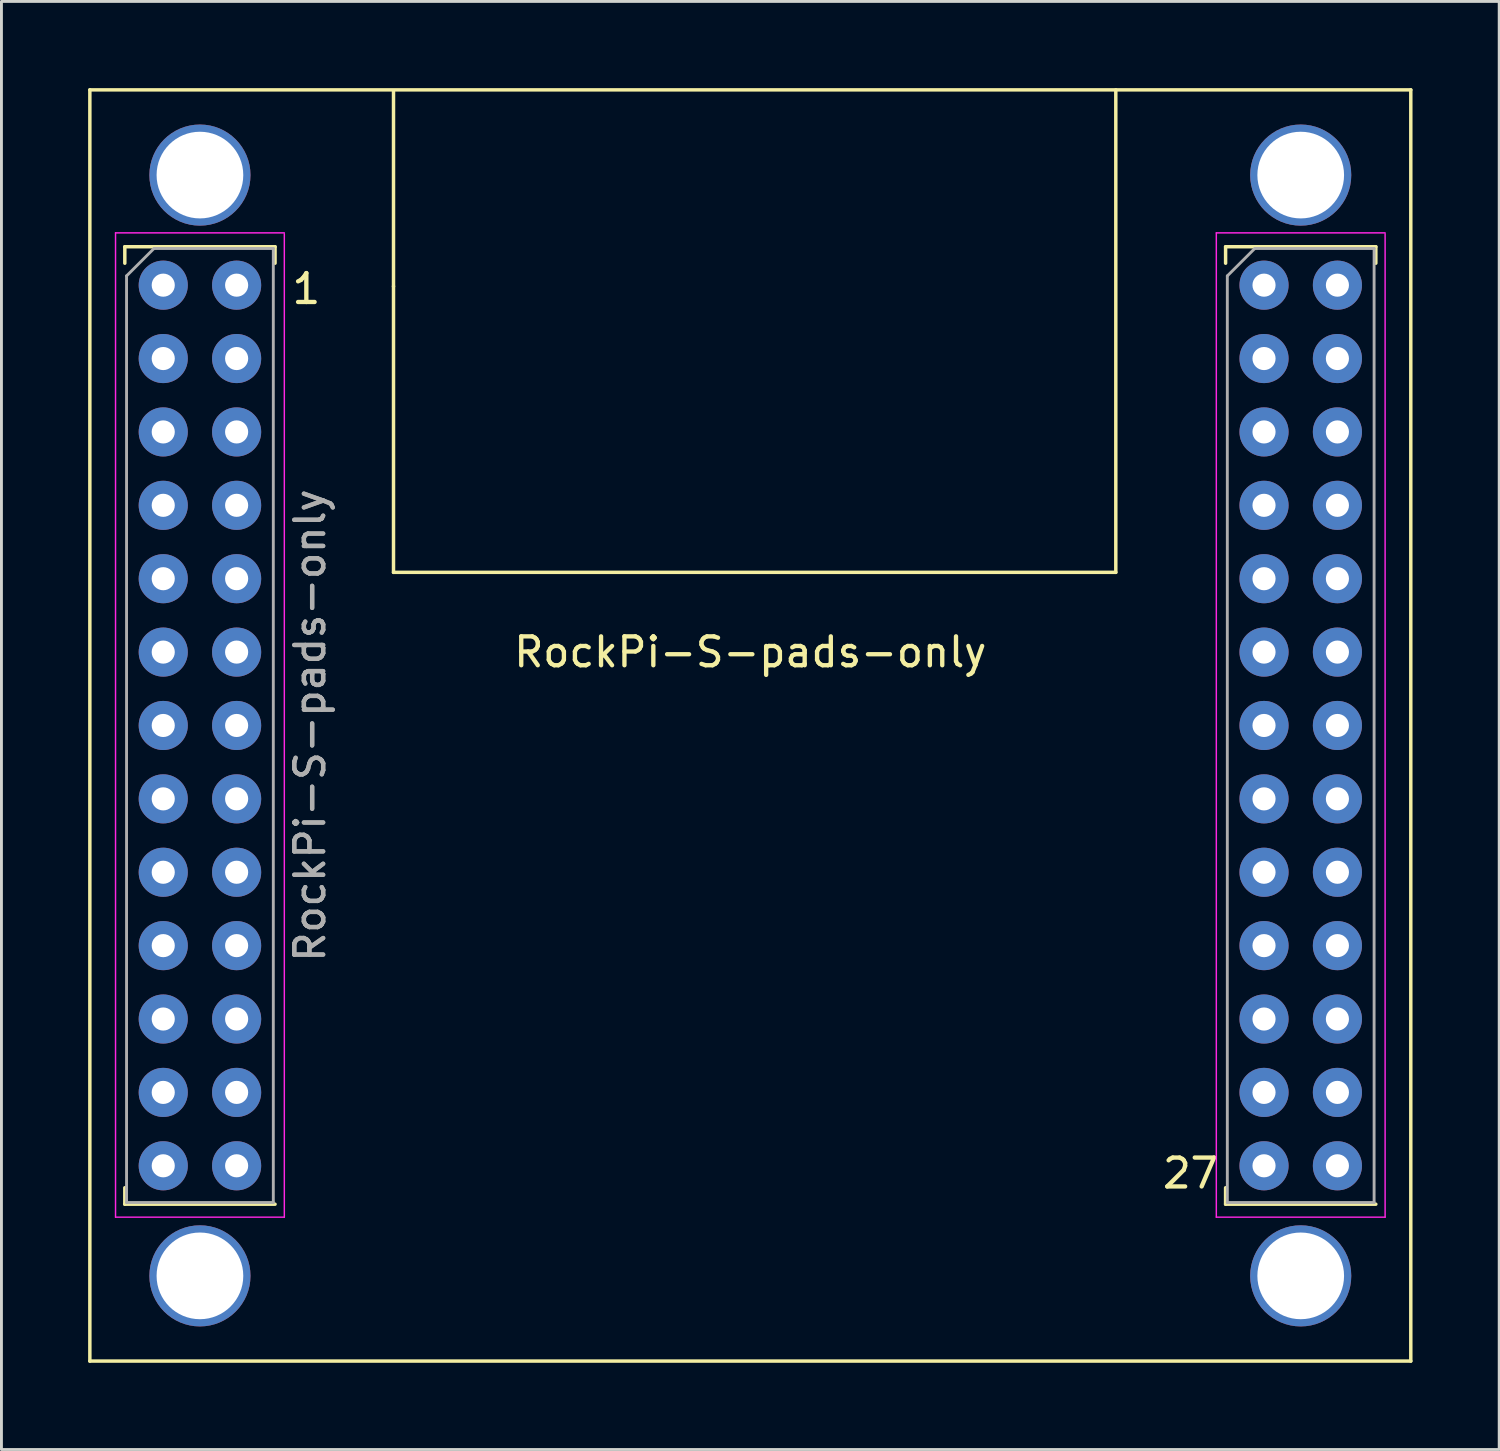
<source format=kicad_pcb>
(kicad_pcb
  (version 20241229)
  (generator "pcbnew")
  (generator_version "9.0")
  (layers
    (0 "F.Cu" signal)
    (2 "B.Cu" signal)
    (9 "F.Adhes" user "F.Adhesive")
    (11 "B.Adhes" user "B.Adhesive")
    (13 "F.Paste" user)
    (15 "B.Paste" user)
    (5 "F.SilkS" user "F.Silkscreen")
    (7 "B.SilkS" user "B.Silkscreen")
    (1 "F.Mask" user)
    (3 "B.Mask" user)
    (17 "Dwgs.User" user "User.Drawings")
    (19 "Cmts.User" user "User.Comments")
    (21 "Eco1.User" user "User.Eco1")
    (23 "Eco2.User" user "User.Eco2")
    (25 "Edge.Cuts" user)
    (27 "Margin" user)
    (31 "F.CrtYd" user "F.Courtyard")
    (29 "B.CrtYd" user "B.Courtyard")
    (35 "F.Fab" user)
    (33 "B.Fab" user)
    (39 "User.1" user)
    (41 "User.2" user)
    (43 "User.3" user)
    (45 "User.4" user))
  (footprint "RockPi-S-pads-only"
    (layer "F.Cu")
    (at 22.92 22.06)
    (property "Reference" "RockPi-S-pads-only" (at 0 -2.54 0) (layer "F.SilkS") (effects (font (size 1 1) (thickness 0.15))))
    (attr smd)
    (fp_line (start -22.86 -22) (end -22.86 22) (stroke (width 0.12) (type solid)) (layer "F.SilkS"))
    (fp_line (start -22.86 -22) (end 22.86 -22) (stroke (width 0.12) (type solid)) (layer "F.SilkS"))
    (fp_line (start -22.86 22) (end 22.86 22) (stroke (width 0.12) (type solid)) (layer "F.SilkS"))
    (fp_line (start -21.65 -16.57) (end -21.65 -16) (stroke (width 0.12) (type solid)) (layer "F.SilkS"))
    (fp_line (start -21.65 -16.57) (end -16.45 -16.57) (stroke (width 0.12) (type solid)) (layer "F.SilkS"))
    (fp_line (start -21.65 16) (end -21.65 16.57) (stroke (width 0.12) (type solid)) (layer "F.SilkS"))
    (fp_line (start -21.65 16.57) (end -16.45 16.57) (stroke (width 0.12) (type solid)) (layer "F.SilkS"))
    (fp_line (start -16.45 -16.57) (end -16.45 -16) (stroke (width 0.12) (type solid)) (layer "F.SilkS"))
    (fp_line (start -12.35 -15.2) (end -12.35 -21.95) (stroke (width 0.12) (type solid)) (layer "F.SilkS"))
    (fp_line (start -12.35 -15.2) (end -12.35 -5.3) (stroke (width 0.12) (type solid)) (layer "F.SilkS"))
    (fp_line (start -12.35 -5.3) (end 12.65 -5.3) (stroke (width 0.12) (type solid)) (layer "F.SilkS"))
    (fp_line (start 12.65 -5.3) (end 12.65 -22) (stroke (width 0.12) (type solid)) (layer "F.SilkS"))
    (fp_line (start 16.45 -16.57) (end 16.45 -16) (stroke (width 0.12) (type solid)) (layer "F.SilkS"))
    (fp_line (start 16.45 -16.57) (end 21.65 -16.57) (stroke (width 0.12) (type solid)) (layer "F.SilkS"))
    (fp_line (start 16.45 16) (end 16.45 16.57) (stroke (width 0.12) (type solid)) (layer "F.SilkS"))
    (fp_line (start 16.45 16.57) (end 21.65 16.57) (stroke (width 0.12) (type solid)) (layer "F.SilkS"))
    (fp_line (start 21.65 -16.57) (end 21.65 -16) (stroke (width 0.12) (type solid)) (layer "F.SilkS"))
    (fp_line (start 22.86 22) (end 22.86 -22) (stroke (width 0.12) (type solid)) (layer "F.SilkS"))
    (fp_line (start -21.971 -17.05) (end -21.971 17.018) (stroke (width 0.05) (type solid)) (layer "F.CrtYd"))
    (fp_line (start -21.971 17.018) (end -16.129 17.018) (stroke (width 0.05) (type solid)) (layer "F.CrtYd"))
    (fp_line (start -16.129 -17.05) (end -21.971 -17.05) (stroke (width 0.05) (type solid)) (layer "F.CrtYd"))
    (fp_line (start -16.129 17.018) (end -16.129 -17.018) (stroke (width 0.05) (type solid)) (layer "F.CrtYd"))
    (fp_line (start 16.129 -17.05) (end 16.129 17.018) (stroke (width 0.05) (type solid)) (layer "F.CrtYd"))
    (fp_line (start 16.129 17.018) (end 21.971 17.018) (stroke (width 0.05) (type solid)) (layer "F.CrtYd"))
    (fp_line (start 21.971 -17.05) (end 16.129 -17.05) (stroke (width 0.05) (type solid)) (layer "F.CrtYd"))
    (fp_line (start 21.971 17.018) (end 21.971 -17.018) (stroke (width 0.05) (type solid)) (layer "F.CrtYd"))
    (fp_line (start -21.59 -15.56) (end -20.64 -16.51) (stroke (width 0.1) (type solid)) (layer "F.Fab"))
    (fp_line (start -21.59 16.51) (end -21.59 -15.56) (stroke (width 0.1) (type solid)) (layer "F.Fab"))
    (fp_line (start -20.64 -16.51) (end -16.51 -16.51) (stroke (width 0.1) (type solid)) (layer "F.Fab"))
    (fp_line (start -16.51 16.51) (end -21.59 16.51) (stroke (width 0.1) (type solid)) (layer "F.Fab"))
    (fp_line (start -16.51 16.51) (end -16.51 -16.51) (stroke (width 0.1) (type solid)) (layer "F.Fab"))
    (fp_line (start 16.51 -15.56) (end 17.46 -16.51) (stroke (width 0.1) (type solid)) (layer "F.Fab"))
    (fp_line (start 16.51 16.51) (end 16.51 -15.56) (stroke (width 0.1) (type solid)) (layer "F.Fab"))
    (fp_line (start 17.46 -16.51) (end 21.59 -16.51) (stroke (width 0.1) (type solid)) (layer "F.Fab"))
    (fp_line (start 21.59 16.51) (end 16.51 16.51) (stroke (width 0.1) (type solid)) (layer "F.Fab"))
    (fp_line (start 21.59 16.51) (end 21.59 -16.51) (stroke (width 0.1) (type solid)) (layer "F.Fab"))
    (fp_text user "1" (at -15.367 -15.113 0) (layer "F.SilkS") (effects (font (size 1 1) (thickness 0.15))))
    (fp_text user "27" (at 15.24 15.5 0) (layer "F.SilkS") (effects (font (size 1 1) (thickness 0.15))))
    (fp_text user "${REFERENCE}" (at -15.24 0 90) (layer "F.Fab") (effects (font (size 1 1) (thickness 0.15))))
    (fp_text user "${REFERENCE}" (at -15.24 0 90) (layer "F.Fab") (effects (font (size 1 1) (thickness 0.15))))
    (pad "" thru_hole circle (at -19.05 -19.05) (size 3.5 3.5) (drill 3) (layers "*.Cu" "*.Mask"))
    (pad "" thru_hole circle (at -19.05 19.05) (size 3.5 3.5) (drill 3) (layers "*.Cu" "*.Mask"))
    (pad "" thru_hole circle (at 19.05 -19.05) (size 3.5 3.5) (drill 3) (layers "*.Cu" "*.Mask"))
    (pad "" thru_hole circle (at 19.05 19.05) (size 3.5 3.5) (drill 3) (layers "*.Cu" "*.Mask"))
    (pad "1" thru_hole circle (at -17.78 -15.24) (size 1.7 1.7) (drill 0.8) (layers "*.Cu" "*.Mask"))
    (pad "2" thru_hole circle (at -20.32 -15.24) (size 1.7 1.7) (drill 0.8) (layers "*.Cu" "*.Mask"))
    (pad "3" thru_hole circle (at -17.78 -12.7) (size 1.7 1.7) (drill 0.8) (layers "*.Cu" "*.Mask"))
    (pad "4" thru_hole circle (at -20.32 -12.7) (size 1.7 1.7) (drill 0.8) (layers "*.Cu" "*.Mask"))
    (pad "5" thru_hole circle (at -17.78 -10.16) (size 1.7 1.7) (drill 0.8) (layers "*.Cu" "*.Mask"))
    (pad "6" thru_hole circle (at -20.32 -10.16) (size 1.7 1.7) (drill 0.8) (layers "*.Cu" "*.Mask"))
    (pad "7" thru_hole circle (at -17.78 -7.62) (size 1.7 1.7) (drill 0.8) (layers "*.Cu" "*.Mask"))
    (pad "8" thru_hole circle (at -20.32 -7.62) (size 1.7 1.7) (drill 0.8) (layers "*.Cu" "*.Mask"))
    (pad "9" thru_hole circle (at -17.78 -5.08) (size 1.7 1.7) (drill 0.8) (layers "*.Cu" "*.Mask"))
    (pad "10" thru_hole circle (at -20.32 -5.08) (size 1.7 1.7) (drill 0.8) (layers "*.Cu" "*.Mask"))
    (pad "11" thru_hole circle (at -17.78 -2.54) (size 1.7 1.7) (drill 0.8) (layers "*.Cu" "*.Mask"))
    (pad "12" thru_hole circle (at -20.32 -2.54) (size 1.7 1.7) (drill 0.8) (layers "*.Cu" "*.Mask"))
    (pad "13" thru_hole circle (at -17.78 0) (size 1.7 1.7) (drill 0.8) (layers "*.Cu" "*.Mask"))
    (pad "14" thru_hole circle (at -20.32 0) (size 1.7 1.7) (drill 0.8) (layers "*.Cu" "*.Mask"))
    (pad "15" thru_hole circle (at -17.78 2.54) (size 1.7 1.7) (drill 0.8) (layers "*.Cu" "*.Mask"))
    (pad "16" thru_hole circle (at -20.32 2.54) (size 1.7 1.7) (drill 0.8) (layers "*.Cu" "*.Mask"))
    (pad "17" thru_hole circle (at -17.78 5.08) (size 1.7 1.7) (drill 0.8) (layers "*.Cu" "*.Mask"))
    (pad "18" thru_hole circle (at -20.32 5.08) (size 1.7 1.7) (drill 0.8) (layers "*.Cu" "*.Mask"))
    (pad "19" thru_hole circle (at -17.78 7.62) (size 1.7 1.7) (drill 0.8) (layers "*.Cu" "*.Mask"))
    (pad "20" thru_hole circle (at -20.32 7.62) (size 1.7 1.7) (drill 0.8) (layers "*.Cu" "*.Mask"))
    (pad "21" thru_hole circle (at -17.78 10.16) (size 1.7 1.7) (drill 0.8) (layers "*.Cu" "*.Mask"))
    (pad "22" thru_hole circle (at -20.32 10.16) (size 1.7 1.7) (drill 0.8) (layers "*.Cu" "*.Mask"))
    (pad "23" thru_hole circle (at -17.78 12.7) (size 1.7 1.7) (drill 0.8) (layers "*.Cu" "*.Mask"))
    (pad "24" thru_hole circle (at -20.32 12.7) (size 1.7 1.7) (drill 0.8) (layers "*.Cu" "*.Mask"))
    (pad "25" thru_hole circle (at -17.78 15.24) (size 1.7 1.7) (drill 0.8) (layers "*.Cu" "*.Mask"))
    (pad "26" thru_hole circle (at -20.32 15.24) (size 1.7 1.7) (drill 0.8) (layers "*.Cu" "*.Mask"))
    (pad "27" thru_hole circle (at 17.78 15.24) (size 1.7 1.7) (drill 0.8) (layers "*.Cu" "*.Mask"))
    (pad "28" thru_hole circle (at 20.32 15.24) (size 1.7 1.7) (drill 0.8) (layers "*.Cu" "*.Mask"))
    (pad "29" thru_hole circle (at 17.78 12.7) (size 1.7 1.7) (drill 0.8) (layers "*.Cu" "*.Mask"))
    (pad "30" thru_hole circle (at 20.32 12.7) (size 1.7 1.7) (drill 0.8) (layers "*.Cu" "*.Mask"))
    (pad "31" thru_hole circle (at 17.78 10.16) (size 1.7 1.7) (drill 0.8) (layers "*.Cu" "*.Mask"))
    (pad "32" thru_hole circle (at 20.32 10.16) (size 1.7 1.7) (drill 0.8) (layers "*.Cu" "*.Mask"))
    (pad "33" thru_hole circle (at 17.78 7.62) (size 1.7 1.7) (drill 0.8) (layers "*.Cu" "*.Mask"))
    (pad "34" thru_hole circle (at 20.32 7.62) (size 1.7 1.7) (drill 0.8) (layers "*.Cu" "*.Mask"))
    (pad "35" thru_hole circle (at 17.78 5.08) (size 1.7 1.7) (drill 0.8) (layers "*.Cu" "*.Mask"))
    (pad "36" thru_hole circle (at 20.32 5.08) (size 1.7 1.7) (drill 0.8) (layers "*.Cu" "*.Mask"))
    (pad "37" thru_hole circle (at 17.78 2.54) (size 1.7 1.7) (drill 0.8) (layers "*.Cu" "*.Mask"))
    (pad "38" thru_hole circle (at 20.32 2.54) (size 1.7 1.7) (drill 0.8) (layers "*.Cu" "*.Mask"))
    (pad "39" thru_hole circle (at 17.78 0) (size 1.7 1.7) (drill 0.8) (layers "*.Cu" "*.Mask"))
    (pad "40" thru_hole circle (at 20.32 0) (size 1.7 1.7) (drill 0.8) (layers "*.Cu" "*.Mask"))
    (pad "41" thru_hole circle (at 17.78 -2.54) (size 1.7 1.7) (drill 0.8) (layers "*.Cu" "*.Mask"))
    (pad "42" thru_hole circle (at 20.32 -2.54) (size 1.7 1.7) (drill 0.8) (layers "*.Cu" "*.Mask"))
    (pad "43" thru_hole circle (at 17.78 -5.08) (size 1.7 1.7) (drill 0.8) (layers "*.Cu" "*.Mask"))
    (pad "44" thru_hole circle (at 20.32 -5.08) (size 1.7 1.7) (drill 0.8) (layers "*.Cu" "*.Mask"))
    (pad "45" thru_hole circle (at 17.78 -7.62) (size 1.7 1.7) (drill 0.8) (layers "*.Cu" "*.Mask"))
    (pad "46" thru_hole circle (at 20.32 -7.62) (size 1.7 1.7) (drill 0.8) (layers "*.Cu" "*.Mask"))
    (pad "47" thru_hole circle (at 17.78 -10.16) (size 1.7 1.7) (drill 0.8) (layers "*.Cu" "*.Mask"))
    (pad "48" thru_hole circle (at 20.32 -10.16) (size 1.7 1.7) (drill 0.8) (layers "*.Cu" "*.Mask"))
    (pad "49" thru_hole circle (at 17.78 -12.7) (size 1.7 1.7) (drill 0.8) (layers "*.Cu" "*.Mask"))
    (pad "50" thru_hole circle (at 20.32 -12.7) (size 1.7 1.7) (drill 0.8) (layers "*.Cu" "*.Mask"))
    (pad "51" thru_hole circle (at 17.78 -15.24) (size 1.7 1.7) (drill 0.8) (layers "*.Cu" "*.Mask"))
    (pad "52" thru_hole circle (at 20.32 -15.24) (size 1.7 1.7) (drill 0.8) (layers "*.Cu" "*.Mask")))
  (gr_rect
    (start -3 -3)
    (end 48.84 47.12)
    (stroke (width 0.1) (type default))
    (fill no)
    (layer "Edge.Cuts")))
</source>
